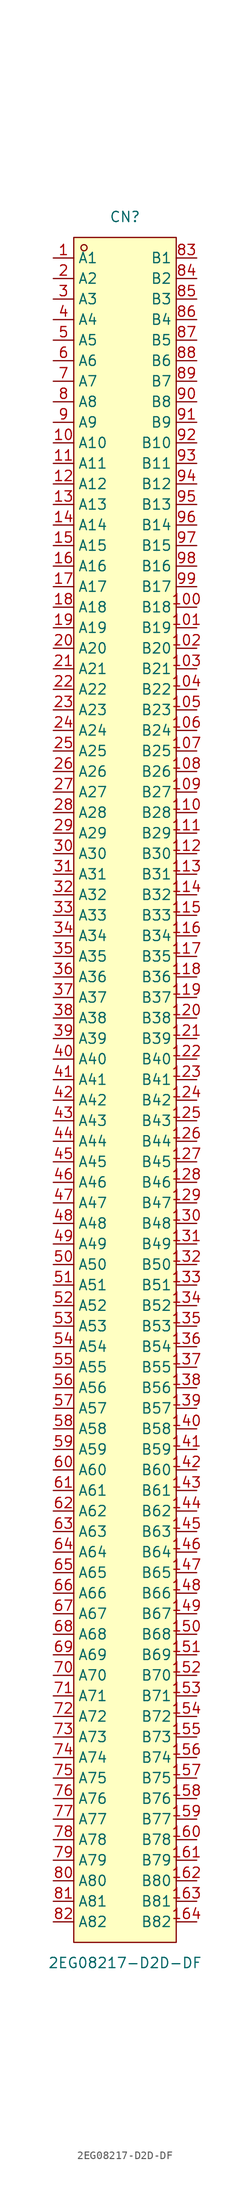
<source format=kicad_sym>
(kicad_symbol_lib
  (version 20241209)
  (generator "kicad_symbol_editor")
  (generator_version "9.0")
  (symbol "2EG08217-D2D-DF"
    (property "Reference" "CN"
      (at 0 107.95 0)
      (effects (font (size 1.27 1.27))))
    (property "Value" "2EG08217-D2D-DF"
      (at 0 -107.95 0)
      (effects (font (size 1.27 1.27))))
    (symbol "2EG08217-D2D-DF_0_1"
      (rectangle (start -6.35 105.41) (end 6.35 -105.41) (stroke (width 0) (type default)) (fill (type background)))
      (circle (center -5.08 104.14) (radius 0.38) (stroke (width 0) (type default)) (fill (type none)))
      (pin unspecified line (at -8.89 100.33 0) (length 2.54) (name "A2" (effects (font (size 1.27 1.27)))) (number "2" (effects (font (size 1.27 1.27)))))
      (pin unspecified line (at -8.89 97.79 0) (length 2.54) (name "A3" (effects (font (size 1.27 1.27)))) (number "3" (effects (font (size 1.27 1.27)))))
      (pin unspecified line (at -8.89 95.25 0) (length 2.54) (name "A4" (effects (font (size 1.27 1.27)))) (number "4" (effects (font (size 1.27 1.27)))))
      (pin unspecified line (at -8.89 92.71 0) (length 2.54) (name "A5" (effects (font (size 1.27 1.27)))) (number "5" (effects (font (size 1.27 1.27)))))
      (pin unspecified line (at -8.89 90.17 0) (length 2.54) (name "A6" (effects (font (size 1.27 1.27)))) (number "6" (effects (font (size 1.27 1.27)))))
      (pin unspecified line (at -8.89 87.63 0) (length 2.54) (name "A7" (effects (font (size 1.27 1.27)))) (number "7" (effects (font (size 1.27 1.27)))))
      (pin unspecified line (at -8.89 85.09 0) (length 2.54) (name "A8" (effects (font (size 1.27 1.27)))) (number "8" (effects (font (size 1.27 1.27)))))
      (pin unspecified line (at -8.89 82.55 0) (length 2.54) (name "A9" (effects (font (size 1.27 1.27)))) (number "9" (effects (font (size 1.27 1.27)))))
      (pin unspecified line (at -8.89 80.01 0) (length 2.54) (name "A10" (effects (font (size 1.27 1.27)))) (number "10" (effects (font (size 1.27 1.27)))))
      (pin unspecified line (at -8.89 77.47 0) (length 2.54) (name "A11" (effects (font (size 1.27 1.27)))) (number "11" (effects (font (size 1.27 1.27)))))
      (pin unspecified line (at -8.89 74.93 0) (length 2.54) (name "A12" (effects (font (size 1.27 1.27)))) (number "12" (effects (font (size 1.27 1.27)))))
      (pin unspecified line (at -8.89 72.39 0) (length 2.54) (name "A13" (effects (font (size 1.27 1.27)))) (number "13" (effects (font (size 1.27 1.27)))))
      (pin unspecified line (at -8.89 69.85 0) (length 2.54) (name "A14" (effects (font (size 1.27 1.27)))) (number "14" (effects (font (size 1.27 1.27)))))
      (pin unspecified line (at -8.89 67.31 0) (length 2.54) (name "A15" (effects (font (size 1.27 1.27)))) (number "15" (effects (font (size 1.27 1.27)))))
      (pin unspecified line (at -8.89 64.77 0) (length 2.54) (name "A16" (effects (font (size 1.27 1.27)))) (number "16" (effects (font (size 1.27 1.27)))))
      (pin unspecified line (at -8.89 62.23 0) (length 2.54) (name "A17" (effects (font (size 1.27 1.27)))) (number "17" (effects (font (size 1.27 1.27)))))
      (pin unspecified line (at -8.89 59.69 0) (length 2.54) (name "A18" (effects (font (size 1.27 1.27)))) (number "18" (effects (font (size 1.27 1.27)))))
      (pin unspecified line (at -8.89 57.15 0) (length 2.54) (name "A19" (effects (font (size 1.27 1.27)))) (number "19" (effects (font (size 1.27 1.27)))))
      (pin unspecified line (at -8.89 54.61 0) (length 2.54) (name "A20" (effects (font (size 1.27 1.27)))) (number "20" (effects (font (size 1.27 1.27)))))
      (pin unspecified line (at -8.89 52.07 0) (length 2.54) (name "A21" (effects (font (size 1.27 1.27)))) (number "21" (effects (font (size 1.27 1.27)))))
      (pin unspecified line (at -8.89 49.53 0) (length 2.54) (name "A22" (effects (font (size 1.27 1.27)))) (number "22" (effects (font (size 1.27 1.27)))))
      (pin unspecified line (at -8.89 46.99 0) (length 2.54) (name "A23" (effects (font (size 1.27 1.27)))) (number "23" (effects (font (size 1.27 1.27)))))
      (pin unspecified line (at -8.89 44.45 0) (length 2.54) (name "A24" (effects (font (size 1.27 1.27)))) (number "24" (effects (font (size 1.27 1.27)))))
      (pin unspecified line (at -8.89 41.91 0) (length 2.54) (name "A25" (effects (font (size 1.27 1.27)))) (number "25" (effects (font (size 1.27 1.27)))))
      (pin unspecified line (at -8.89 39.37 0) (length 2.54) (name "A26" (effects (font (size 1.27 1.27)))) (number "26" (effects (font (size 1.27 1.27)))))
      (pin unspecified line (at -8.89 36.83 0) (length 2.54) (name "A27" (effects (font (size 1.27 1.27)))) (number "27" (effects (font (size 1.27 1.27)))))
      (pin unspecified line (at -8.89 34.29 0) (length 2.54) (name "A28" (effects (font (size 1.27 1.27)))) (number "28" (effects (font (size 1.27 1.27)))))
      (pin unspecified line (at -8.89 31.75 0) (length 2.54) (name "A29" (effects (font (size 1.27 1.27)))) (number "29" (effects (font (size 1.27 1.27)))))
      (pin unspecified line (at -8.89 29.21 0) (length 2.54) (name "A30" (effects (font (size 1.27 1.27)))) (number "30" (effects (font (size 1.27 1.27)))))
      (pin unspecified line (at -8.89 26.67 0) (length 2.54) (name "A31" (effects (font (size 1.27 1.27)))) (number "31" (effects (font (size 1.27 1.27)))))
      (pin unspecified line (at -8.89 24.13 0) (length 2.54) (name "A32" (effects (font (size 1.27 1.27)))) (number "32" (effects (font (size 1.27 1.27)))))
      (pin unspecified line (at -8.89 21.59 0) (length 2.54) (name "A33" (effects (font (size 1.27 1.27)))) (number "33" (effects (font (size 1.27 1.27)))))
      (pin unspecified line (at -8.89 19.05 0) (length 2.54) (name "A34" (effects (font (size 1.27 1.27)))) (number "34" (effects (font (size 1.27 1.27)))))
      (pin unspecified line (at -8.89 16.51 0) (length 2.54) (name "A35" (effects (font (size 1.27 1.27)))) (number "35" (effects (font (size 1.27 1.27)))))
      (pin unspecified line (at -8.89 13.97 0) (length 2.54) (name "A36" (effects (font (size 1.27 1.27)))) (number "36" (effects (font (size 1.27 1.27)))))
      (pin unspecified line (at -8.89 11.43 0) (length 2.54) (name "A37" (effects (font (size 1.27 1.27)))) (number "37" (effects (font (size 1.27 1.27)))))
      (pin unspecified line (at -8.89 8.89 0) (length 2.54) (name "A38" (effects (font (size 1.27 1.27)))) (number "38" (effects (font (size 1.27 1.27)))))
      (pin unspecified line (at -8.89 6.35 0) (length 2.54) (name "A39" (effects (font (size 1.27 1.27)))) (number "39" (effects (font (size 1.27 1.27)))))
      (pin unspecified line (at -8.89 3.81 0) (length 2.54) (name "A40" (effects (font (size 1.27 1.27)))) (number "40" (effects (font (size 1.27 1.27)))))
      (pin unspecified line (at -8.89 1.27 0) (length 2.54) (name "A41" (effects (font (size 1.27 1.27)))) (number "41" (effects (font (size 1.27 1.27)))))
      (pin unspecified line (at -8.89 -1.27 0) (length 2.54) (name "A42" (effects (font (size 1.27 1.27)))) (number "42" (effects (font (size 1.27 1.27)))))
      (pin unspecified line (at -8.89 -3.81 0) (length 2.54) (name "A43" (effects (font (size 1.27 1.27)))) (number "43" (effects (font (size 1.27 1.27)))))
      (pin unspecified line (at -8.89 -6.35 0) (length 2.54) (name "A44" (effects (font (size 1.27 1.27)))) (number "44" (effects (font (size 1.27 1.27)))))
      (pin unspecified line (at -8.89 -8.89 0) (length 2.54) (name "A45" (effects (font (size 1.27 1.27)))) (number "45" (effects (font (size 1.27 1.27)))))
      (pin unspecified line (at -8.89 -11.43 0) (length 2.54) (name "A46" (effects (font (size 1.27 1.27)))) (number "46" (effects (font (size 1.27 1.27)))))
      (pin unspecified line (at -8.89 -13.97 0) (length 2.54) (name "A47" (effects (font (size 1.27 1.27)))) (number "47" (effects (font (size 1.27 1.27)))))
      (pin unspecified line (at -8.89 -16.51 0) (length 2.54) (name "A48" (effects (font (size 1.27 1.27)))) (number "48" (effects (font (size 1.27 1.27)))))
      (pin unspecified line (at -8.89 -19.05 0) (length 2.54) (name "A49" (effects (font (size 1.27 1.27)))) (number "49" (effects (font (size 1.27 1.27)))))
      (pin unspecified line (at -8.89 -21.59 0) (length 2.54) (name "A50" (effects (font (size 1.27 1.27)))) (number "50" (effects (font (size 1.27 1.27)))))
      (pin unspecified line (at -8.89 -24.13 0) (length 2.54) (name "A51" (effects (font (size 1.27 1.27)))) (number "51" (effects (font (size 1.27 1.27)))))
      (pin unspecified line (at -8.89 -26.67 0) (length 2.54) (name "A52" (effects (font (size 1.27 1.27)))) (number "52" (effects (font (size 1.27 1.27)))))
      (pin unspecified line (at -8.89 -29.21 0) (length 2.54) (name "A53" (effects (font (size 1.27 1.27)))) (number "53" (effects (font (size 1.27 1.27)))))
      (pin unspecified line (at -8.89 -31.75 0) (length 2.54) (name "A54" (effects (font (size 1.27 1.27)))) (number "54" (effects (font (size 1.27 1.27)))))
      (pin unspecified line (at -8.89 -34.29 0) (length 2.54) (name "A55" (effects (font (size 1.27 1.27)))) (number "55" (effects (font (size 1.27 1.27)))))
      (pin unspecified line (at -8.89 -36.83 0) (length 2.54) (name "A56" (effects (font (size 1.27 1.27)))) (number "56" (effects (font (size 1.27 1.27)))))
      (pin unspecified line (at -8.89 -39.37 0) (length 2.54) (name "A57" (effects (font (size 1.27 1.27)))) (number "57" (effects (font (size 1.27 1.27)))))
      (pin unspecified line (at -8.89 -41.91 0) (length 2.54) (name "A58" (effects (font (size 1.27 1.27)))) (number "58" (effects (font (size 1.27 1.27)))))
      (pin unspecified line (at -8.89 -44.45 0) (length 2.54) (name "A59" (effects (font (size 1.27 1.27)))) (number "59" (effects (font (size 1.27 1.27)))))
      (pin unspecified line (at -8.89 -46.99 0) (length 2.54) (name "A60" (effects (font (size 1.27 1.27)))) (number "60" (effects (font (size 1.27 1.27)))))
      (pin unspecified line (at -8.89 -49.53 0) (length 2.54) (name "A61" (effects (font (size 1.27 1.27)))) (number "61" (effects (font (size 1.27 1.27)))))
      (pin unspecified line (at -8.89 -52.07 0) (length 2.54) (name "A62" (effects (font (size 1.27 1.27)))) (number "62" (effects (font (size 1.27 1.27)))))
      (pin unspecified line (at -8.89 -54.61 0) (length 2.54) (name "A63" (effects (font (size 1.27 1.27)))) (number "63" (effects (font (size 1.27 1.27)))))
      (pin unspecified line (at -8.89 -57.15 0) (length 2.54) (name "A64" (effects (font (size 1.27 1.27)))) (number "64" (effects (font (size 1.27 1.27)))))
      (pin unspecified line (at -8.89 -59.69 0) (length 2.54) (name "A65" (effects (font (size 1.27 1.27)))) (number "65" (effects (font (size 1.27 1.27)))))
      (pin unspecified line (at -8.89 -62.23 0) (length 2.54) (name "A66" (effects (font (size 1.27 1.27)))) (number "66" (effects (font (size 1.27 1.27)))))
      (pin unspecified line (at -8.89 -64.77 0) (length 2.54) (name "A67" (effects (font (size 1.27 1.27)))) (number "67" (effects (font (size 1.27 1.27)))))
      (pin unspecified line (at -8.89 -67.31 0) (length 2.54) (name "A68" (effects (font (size 1.27 1.27)))) (number "68" (effects (font (size 1.27 1.27)))))
      (pin unspecified line (at -8.89 -69.85 0) (length 2.54) (name "A69" (effects (font (size 1.27 1.27)))) (number "69" (effects (font (size 1.27 1.27)))))
      (pin unspecified line (at -8.89 -72.39 0) (length 2.54) (name "A70" (effects (font (size 1.27 1.27)))) (number "70" (effects (font (size 1.27 1.27)))))
      (pin unspecified line (at -8.89 -74.93 0) (length 2.54) (name "A71" (effects (font (size 1.27 1.27)))) (number "71" (effects (font (size 1.27 1.27)))))
      (pin unspecified line (at -8.89 -77.47 0) (length 2.54) (name "A72" (effects (font (size 1.27 1.27)))) (number "72" (effects (font (size 1.27 1.27)))))
      (pin unspecified line (at -8.89 -80.01 0) (length 2.54) (name "A73" (effects (font (size 1.27 1.27)))) (number "73" (effects (font (size 1.27 1.27)))))
      (pin unspecified line (at -8.89 -82.55 0) (length 2.54) (name "A74" (effects (font (size 1.27 1.27)))) (number "74" (effects (font (size 1.27 1.27)))))
      (pin unspecified line (at -8.89 -85.09 0) (length 2.54) (name "A75" (effects (font (size 1.27 1.27)))) (number "75" (effects (font (size 1.27 1.27)))))
      (pin unspecified line (at -8.89 -87.63 0) (length 2.54) (name "A76" (effects (font (size 1.27 1.27)))) (number "76" (effects (font (size 1.27 1.27)))))
      (pin unspecified line (at -8.89 -90.17 0) (length 2.54) (name "A77" (effects (font (size 1.27 1.27)))) (number "77" (effects (font (size 1.27 1.27)))))
      (pin unspecified line (at -8.89 -92.71 0) (length 2.54) (name "A78" (effects (font (size 1.27 1.27)))) (number "78" (effects (font (size 1.27 1.27)))))
      (pin unspecified line (at -8.89 -95.25 0) (length 2.54) (name "A79" (effects (font (size 1.27 1.27)))) (number "79" (effects (font (size 1.27 1.27)))))
      (pin unspecified line (at -8.89 -97.79 0) (length 2.54) (name "A80" (effects (font (size 1.27 1.27)))) (number "80" (effects (font (size 1.27 1.27)))))
      (pin unspecified line (at -8.89 -100.33 0) (length 2.54) (name "A81" (effects (font (size 1.27 1.27)))) (number "81" (effects (font (size 1.27 1.27)))))
      (pin unspecified line (at -8.89 -102.87 0) (length 2.54) (name "A82" (effects (font (size 1.27 1.27)))) (number "82" (effects (font (size 1.27 1.27)))))
      (pin unspecified line (at 8.89 102.87 180) (length 2.54) (name "B1" (effects (font (size 1.27 1.27)))) (number "83" (effects (font (size 1.27 1.27)))))
      (pin unspecified line (at 8.89 100.33 180) (length 2.54) (name "B2" (effects (font (size 1.27 1.27)))) (number "84" (effects (font (size 1.27 1.27)))))
      (pin unspecified line (at 8.89 97.79 180) (length 2.54) (name "B3" (effects (font (size 1.27 1.27)))) (number "85" (effects (font (size 1.27 1.27)))))
      (pin unspecified line (at 8.89 95.25 180) (length 2.54) (name "B4" (effects (font (size 1.27 1.27)))) (number "86" (effects (font (size 1.27 1.27)))))
      (pin unspecified line (at 8.89 92.71 180) (length 2.54) (name "B5" (effects (font (size 1.27 1.27)))) (number "87" (effects (font (size 1.27 1.27)))))
      (pin unspecified line (at 8.89 90.17 180) (length 2.54) (name "B6" (effects (font (size 1.27 1.27)))) (number "88" (effects (font (size 1.27 1.27)))))
      (pin unspecified line (at 8.89 87.63 180) (length 2.54) (name "B7" (effects (font (size 1.27 1.27)))) (number "89" (effects (font (size 1.27 1.27)))))
      (pin unspecified line (at 8.89 85.09 180) (length 2.54) (name "B8" (effects (font (size 1.27 1.27)))) (number "90" (effects (font (size 1.27 1.27)))))
      (pin unspecified line (at 8.89 82.55 180) (length 2.54) (name "B9" (effects (font (size 1.27 1.27)))) (number "91" (effects (font (size 1.27 1.27)))))
      (pin unspecified line (at 8.89 80.01 180) (length 2.54) (name "B10" (effects (font (size 1.27 1.27)))) (number "92" (effects (font (size 1.27 1.27)))))
      (pin unspecified line (at 8.89 77.47 180) (length 2.54) (name "B11" (effects (font (size 1.27 1.27)))) (number "93" (effects (font (size 1.27 1.27)))))
      (pin unspecified line (at 8.89 74.93 180) (length 2.54) (name "B12" (effects (font (size 1.27 1.27)))) (number "94" (effects (font (size 1.27 1.27)))))
      (pin unspecified line (at 8.89 72.39 180) (length 2.54) (name "B13" (effects (font (size 1.27 1.27)))) (number "95" (effects (font (size 1.27 1.27)))))
      (pin unspecified line (at 8.89 69.85 180) (length 2.54) (name "B14" (effects (font (size 1.27 1.27)))) (number "96" (effects (font (size 1.27 1.27)))))
      (pin unspecified line (at 8.89 67.31 180) (length 2.54) (name "B15" (effects (font (size 1.27 1.27)))) (number "97" (effects (font (size 1.27 1.27)))))
      (pin unspecified line (at 8.89 64.77 180) (length 2.54) (name "B16" (effects (font (size 1.27 1.27)))) (number "98" (effects (font (size 1.27 1.27)))))
      (pin unspecified line (at 8.89 62.23 180) (length 2.54) (name "B17" (effects (font (size 1.27 1.27)))) (number "99" (effects (font (size 1.27 1.27)))))
      (pin unspecified line (at 8.89 59.69 180) (length 2.54) (name "B18" (effects (font (size 1.27 1.27)))) (number "100" (effects (font (size 1.27 1.27)))))
      (pin unspecified line (at 8.89 57.15 180) (length 2.54) (name "B19" (effects (font (size 1.27 1.27)))) (number "101" (effects (font (size 1.27 1.27)))))
      (pin unspecified line (at 8.89 54.61 180) (length 2.54) (name "B20" (effects (font (size 1.27 1.27)))) (number "102" (effects (font (size 1.27 1.27)))))
      (pin unspecified line (at 8.89 52.07 180) (length 2.54) (name "B21" (effects (font (size 1.27 1.27)))) (number "103" (effects (font (size 1.27 1.27)))))
      (pin unspecified line (at 8.89 49.53 180) (length 2.54) (name "B22" (effects (font (size 1.27 1.27)))) (number "104" (effects (font (size 1.27 1.27)))))
      (pin unspecified line (at 8.89 46.99 180) (length 2.54) (name "B23" (effects (font (size 1.27 1.27)))) (number "105" (effects (font (size 1.27 1.27)))))
      (pin unspecified line (at 8.89 44.45 180) (length 2.54) (name "B24" (effects (font (size 1.27 1.27)))) (number "106" (effects (font (size 1.27 1.27)))))
      (pin unspecified line (at 8.89 41.91 180) (length 2.54) (name "B25" (effects (font (size 1.27 1.27)))) (number "107" (effects (font (size 1.27 1.27)))))
      (pin unspecified line (at 8.89 39.37 180) (length 2.54) (name "B26" (effects (font (size 1.27 1.27)))) (number "108" (effects (font (size 1.27 1.27)))))
      (pin unspecified line (at 8.89 36.83 180) (length 2.54) (name "B27" (effects (font (size 1.27 1.27)))) (number "109" (effects (font (size 1.27 1.27)))))
      (pin unspecified line (at 8.89 34.29 180) (length 2.54) (name "B28" (effects (font (size 1.27 1.27)))) (number "110" (effects (font (size 1.27 1.27)))))
      (pin unspecified line (at 8.89 31.75 180) (length 2.54) (name "B29" (effects (font (size 1.27 1.27)))) (number "111" (effects (font (size 1.27 1.27)))))
      (pin unspecified line (at 8.89 29.21 180) (length 2.54) (name "B30" (effects (font (size 1.27 1.27)))) (number "112" (effects (font (size 1.27 1.27)))))
      (pin unspecified line (at 8.89 26.67 180) (length 2.54) (name "B31" (effects (font (size 1.27 1.27)))) (number "113" (effects (font (size 1.27 1.27)))))
      (pin unspecified line (at 8.89 24.13 180) (length 2.54) (name "B32" (effects (font (size 1.27 1.27)))) (number "114" (effects (font (size 1.27 1.27)))))
      (pin unspecified line (at 8.89 21.59 180) (length 2.54) (name "B33" (effects (font (size 1.27 1.27)))) (number "115" (effects (font (size 1.27 1.27)))))
      (pin unspecified line (at 8.89 19.05 180) (length 2.54) (name "B34" (effects (font (size 1.27 1.27)))) (number "116" (effects (font (size 1.27 1.27)))))
      (pin unspecified line (at 8.89 16.51 180) (length 2.54) (name "B35" (effects (font (size 1.27 1.27)))) (number "117" (effects (font (size 1.27 1.27)))))
      (pin unspecified line (at 8.89 13.97 180) (length 2.54) (name "B36" (effects (font (size 1.27 1.27)))) (number "118" (effects (font (size 1.27 1.27)))))
      (pin unspecified line (at 8.89 11.43 180) (length 2.54) (name "B37" (effects (font (size 1.27 1.27)))) (number "119" (effects (font (size 1.27 1.27)))))
      (pin unspecified line (at 8.89 8.89 180) (length 2.54) (name "B38" (effects (font (size 1.27 1.27)))) (number "120" (effects (font (size 1.27 1.27)))))
      (pin unspecified line (at 8.89 6.35 180) (length 2.54) (name "B39" (effects (font (size 1.27 1.27)))) (number "121" (effects (font (size 1.27 1.27)))))
      (pin unspecified line (at 8.89 3.81 180) (length 2.54) (name "B40" (effects (font (size 1.27 1.27)))) (number "122" (effects (font (size 1.27 1.27)))))
      (pin unspecified line (at 8.89 1.27 180) (length 2.54) (name "B41" (effects (font (size 1.27 1.27)))) (number "123" (effects (font (size 1.27 1.27)))))
      (pin unspecified line (at 8.89 -1.27 180) (length 2.54) (name "B42" (effects (font (size 1.27 1.27)))) (number "124" (effects (font (size 1.27 1.27)))))
      (pin unspecified line (at 8.89 -3.81 180) (length 2.54) (name "B43" (effects (font (size 1.27 1.27)))) (number "125" (effects (font (size 1.27 1.27)))))
      (pin unspecified line (at 8.89 -6.35 180) (length 2.54) (name "B44" (effects (font (size 1.27 1.27)))) (number "126" (effects (font (size 1.27 1.27)))))
      (pin unspecified line (at 8.89 -8.89 180) (length 2.54) (name "B45" (effects (font (size 1.27 1.27)))) (number "127" (effects (font (size 1.27 1.27)))))
      (pin unspecified line (at 8.89 -11.43 180) (length 2.54) (name "B46" (effects (font (size 1.27 1.27)))) (number "128" (effects (font (size 1.27 1.27)))))
      (pin unspecified line (at 8.89 -13.97 180) (length 2.54) (name "B47" (effects (font (size 1.27 1.27)))) (number "129" (effects (font (size 1.27 1.27)))))
      (pin unspecified line (at 8.89 -16.51 180) (length 2.54) (name "B48" (effects (font (size 1.27 1.27)))) (number "130" (effects (font (size 1.27 1.27)))))
      (pin unspecified line (at 8.89 -19.05 180) (length 2.54) (name "B49" (effects (font (size 1.27 1.27)))) (number "131" (effects (font (size 1.27 1.27)))))
      (pin unspecified line (at 8.89 -21.59 180) (length 2.54) (name "B50" (effects (font (size 1.27 1.27)))) (number "132" (effects (font (size 1.27 1.27)))))
      (pin unspecified line (at 8.89 -24.13 180) (length 2.54) (name "B51" (effects (font (size 1.27 1.27)))) (number "133" (effects (font (size 1.27 1.27)))))
      (pin unspecified line (at 8.89 -26.67 180) (length 2.54) (name "B52" (effects (font (size 1.27 1.27)))) (number "134" (effects (font (size 1.27 1.27)))))
      (pin unspecified line (at 8.89 -29.21 180) (length 2.54) (name "B53" (effects (font (size 1.27 1.27)))) (number "135" (effects (font (size 1.27 1.27)))))
      (pin unspecified line (at 8.89 -31.75 180) (length 2.54) (name "B54" (effects (font (size 1.27 1.27)))) (number "136" (effects (font (size 1.27 1.27)))))
      (pin unspecified line (at 8.89 -34.29 180) (length 2.54) (name "B55" (effects (font (size 1.27 1.27)))) (number "137" (effects (font (size 1.27 1.27)))))
      (pin unspecified line (at 8.89 -36.83 180) (length 2.54) (name "B56" (effects (font (size 1.27 1.27)))) (number "138" (effects (font (size 1.27 1.27)))))
      (pin unspecified line (at 8.89 -39.37 180) (length 2.54) (name "B57" (effects (font (size 1.27 1.27)))) (number "139" (effects (font (size 1.27 1.27)))))
      (pin unspecified line (at 8.89 -41.91 180) (length 2.54) (name "B58" (effects (font (size 1.27 1.27)))) (number "140" (effects (font (size 1.27 1.27)))))
      (pin unspecified line (at 8.89 -44.45 180) (length 2.54) (name "B59" (effects (font (size 1.27 1.27)))) (number "141" (effects (font (size 1.27 1.27)))))
      (pin unspecified line (at 8.89 -46.99 180) (length 2.54) (name "B60" (effects (font (size 1.27 1.27)))) (number "142" (effects (font (size 1.27 1.27)))))
      (pin unspecified line (at 8.89 -49.53 180) (length 2.54) (name "B61" (effects (font (size 1.27 1.27)))) (number "143" (effects (font (size 1.27 1.27)))))
      (pin unspecified line (at 8.89 -52.07 180) (length 2.54) (name "B62" (effects (font (size 1.27 1.27)))) (number "144" (effects (font (size 1.27 1.27)))))
      (pin unspecified line (at 8.89 -54.61 180) (length 2.54) (name "B63" (effects (font (size 1.27 1.27)))) (number "145" (effects (font (size 1.27 1.27)))))
      (pin unspecified line (at 8.89 -57.15 180) (length 2.54) (name "B64" (effects (font (size 1.27 1.27)))) (number "146" (effects (font (size 1.27 1.27)))))
      (pin unspecified line (at 8.89 -59.69 180) (length 2.54) (name "B65" (effects (font (size 1.27 1.27)))) (number "147" (effects (font (size 1.27 1.27)))))
      (pin unspecified line (at 8.89 -62.23 180) (length 2.54) (name "B66" (effects (font (size 1.27 1.27)))) (number "148" (effects (font (size 1.27 1.27)))))
      (pin unspecified line (at 8.89 -64.77 180) (length 2.54) (name "B67" (effects (font (size 1.27 1.27)))) (number "149" (effects (font (size 1.27 1.27)))))
      (pin unspecified line (at 8.89 -67.31 180) (length 2.54) (name "B68" (effects (font (size 1.27 1.27)))) (number "150" (effects (font (size 1.27 1.27)))))
      (pin unspecified line (at 8.89 -69.85 180) (length 2.54) (name "B69" (effects (font (size 1.27 1.27)))) (number "151" (effects (font (size 1.27 1.27)))))
      (pin unspecified line (at 8.89 -72.39 180) (length 2.54) (name "B70" (effects (font (size 1.27 1.27)))) (number "152" (effects (font (size 1.27 1.27)))))
      (pin unspecified line (at 8.89 -74.93 180) (length 2.54) (name "B71" (effects (font (size 1.27 1.27)))) (number "153" (effects (font (size 1.27 1.27)))))
      (pin unspecified line (at 8.89 -77.47 180) (length 2.54) (name "B72" (effects (font (size 1.27 1.27)))) (number "154" (effects (font (size 1.27 1.27)))))
      (pin unspecified line (at 8.89 -80.01 180) (length 2.54) (name "B73" (effects (font (size 1.27 1.27)))) (number "155" (effects (font (size 1.27 1.27)))))
      (pin unspecified line (at 8.89 -82.55 180) (length 2.54) (name "B74" (effects (font (size 1.27 1.27)))) (number "156" (effects (font (size 1.27 1.27)))))
      (pin unspecified line (at 8.89 -85.09 180) (length 2.54) (name "B75" (effects (font (size 1.27 1.27)))) (number "157" (effects (font (size 1.27 1.27)))))
      (pin unspecified line (at 8.89 -87.63 180) (length 2.54) (name "B76" (effects (font (size 1.27 1.27)))) (number "158" (effects (font (size 1.27 1.27)))))
      (pin unspecified line (at 8.89 -90.17 180) (length 2.54) (name "B77" (effects (font (size 1.27 1.27)))) (number "159" (effects (font (size 1.27 1.27)))))
      (pin unspecified line (at 8.89 -92.71 180) (length 2.54) (name "B78" (effects (font (size 1.27 1.27)))) (number "160" (effects (font (size 1.27 1.27)))))
      (pin unspecified line (at 8.89 -95.25 180) (length 2.54) (name "B79" (effects (font (size 1.27 1.27)))) (number "161" (effects (font (size 1.27 1.27)))))
      (pin unspecified line (at 8.89 -97.79 180) (length 2.54) (name "B80" (effects (font (size 1.27 1.27)))) (number "162" (effects (font (size 1.27 1.27)))))
      (pin unspecified line (at 8.89 -100.33 180) (length 2.54) (name "B81" (effects (font (size 1.27 1.27)))) (number "163" (effects (font (size 1.27 1.27)))))
      (pin unspecified line (at 8.89 -102.87 180) (length 2.54) (name "B82" (effects (font (size 1.27 1.27)))) (number "164" (effects (font (size 1.27 1.27))))))
    (symbol "2EG08217-D2D-DF_1_1"
      (pin unspecified line (at -8.89 102.87 0) (length 2.54) (name "A1" (effects (font (size 1.27 1.27)))) (number "1" (effects (font (size 1.27 1.27))))))))
</source>
